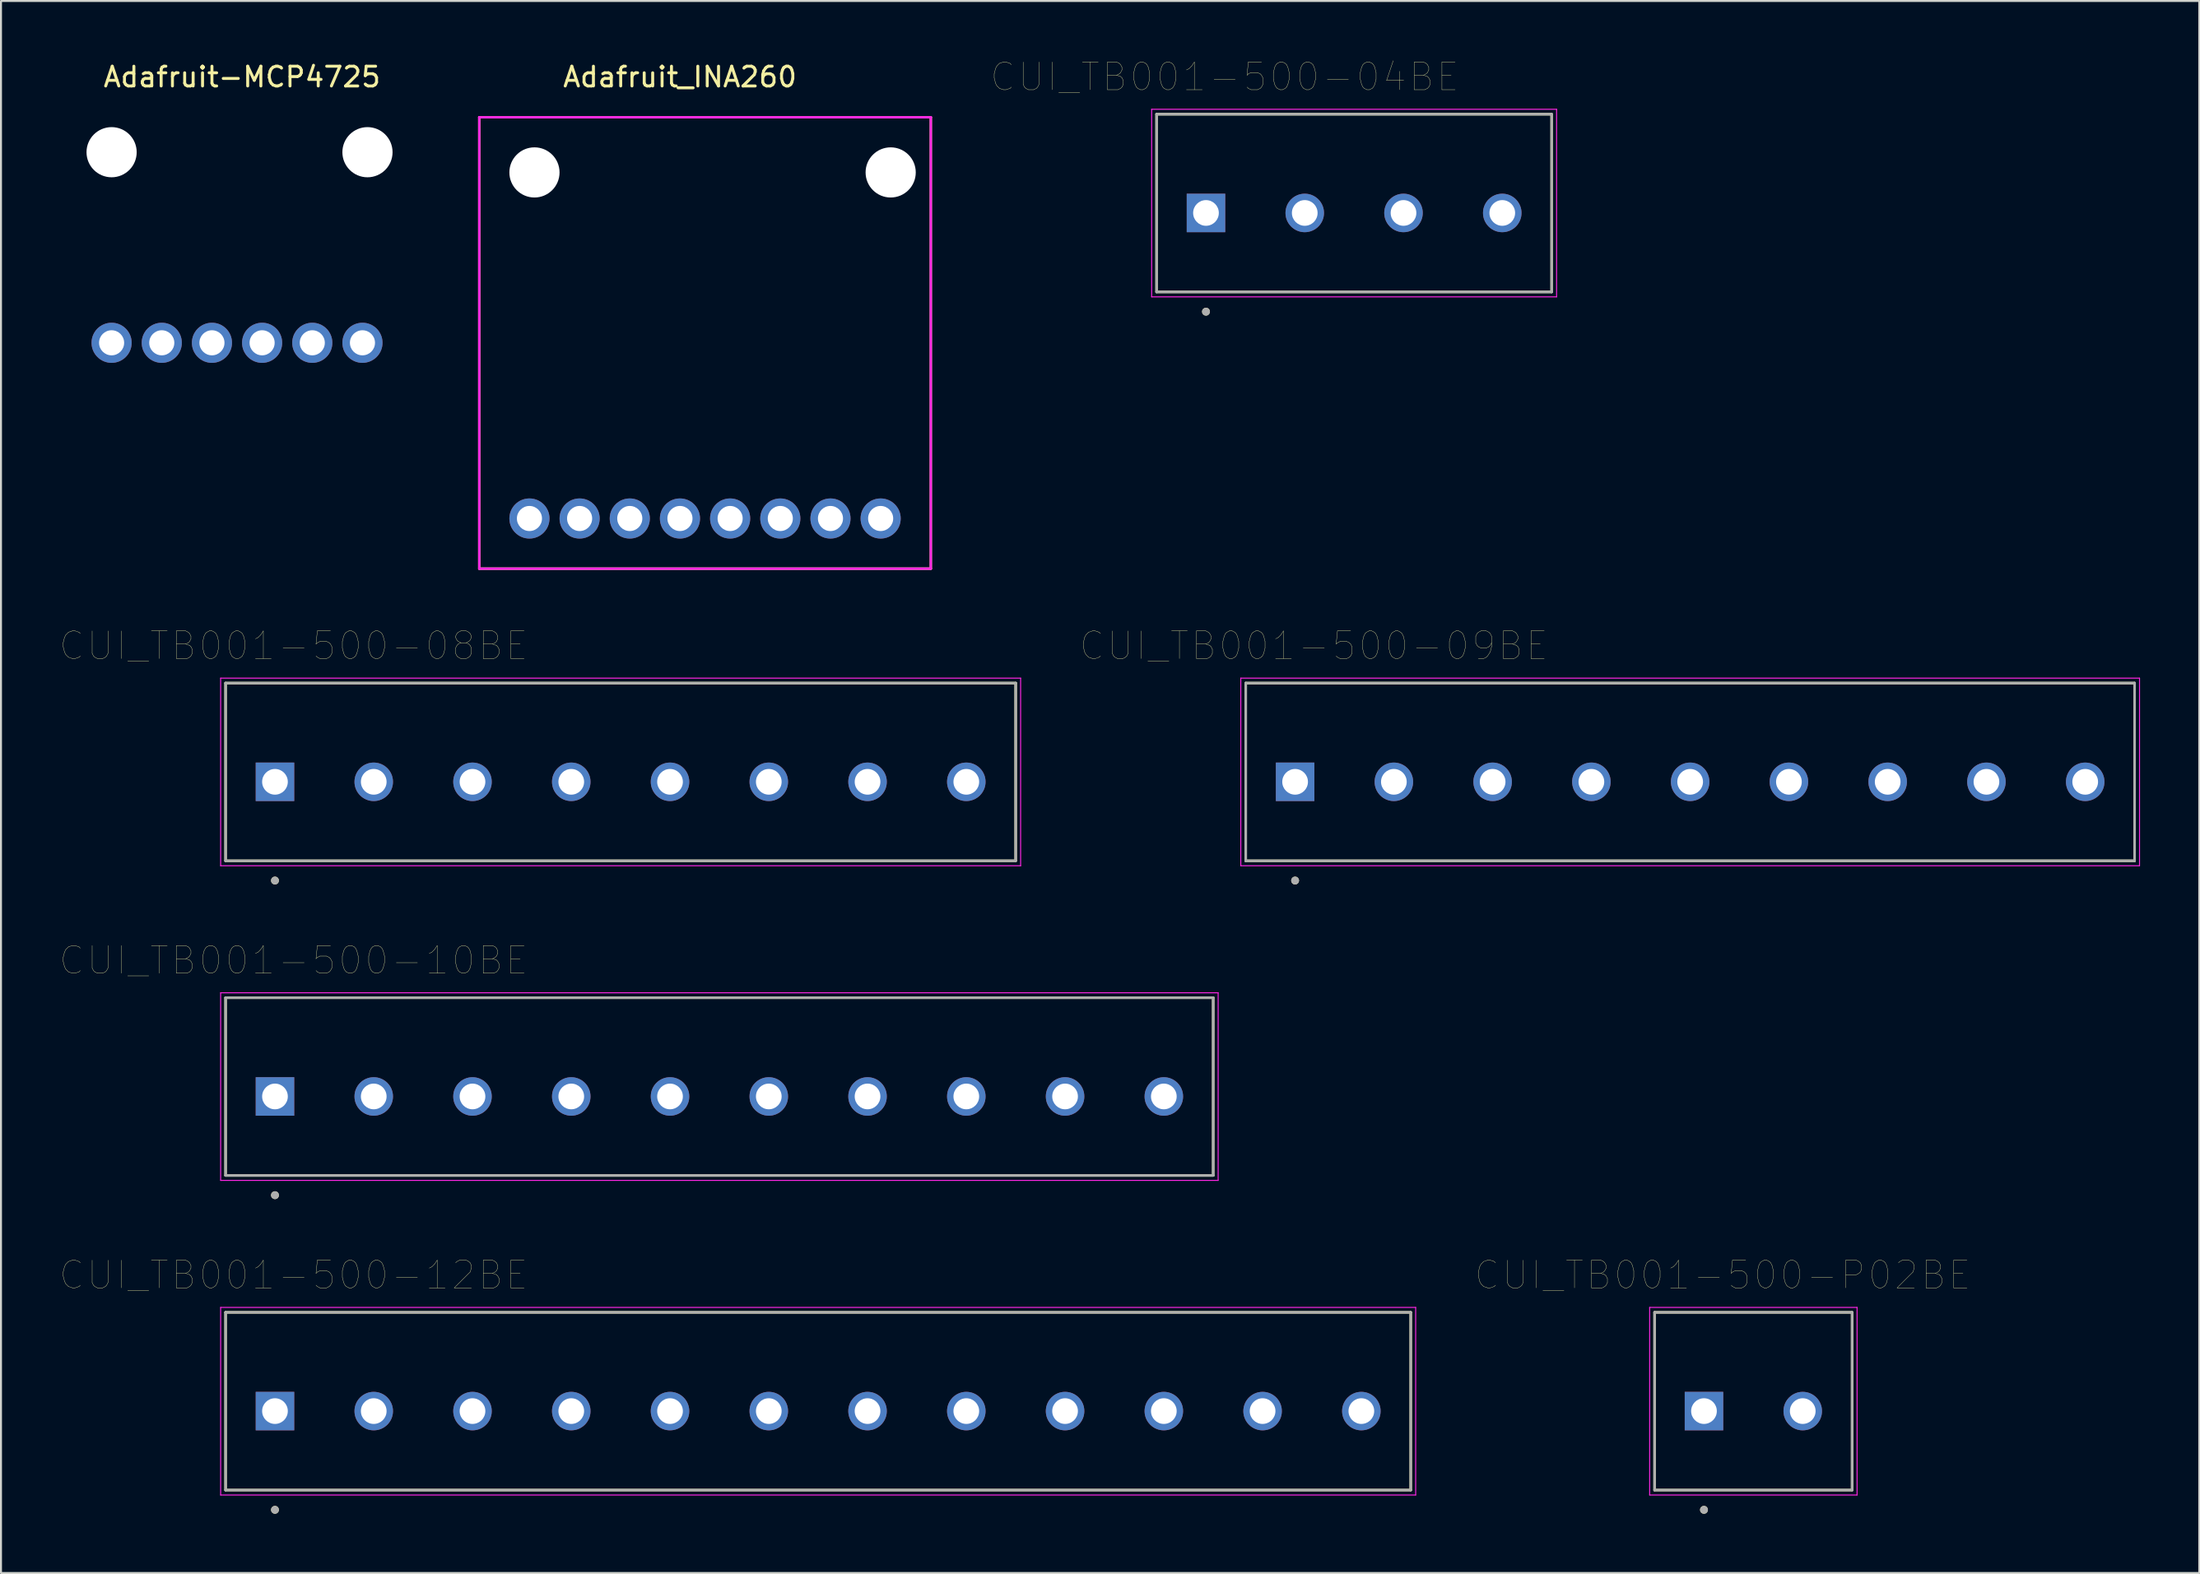
<source format=kicad_pcb>
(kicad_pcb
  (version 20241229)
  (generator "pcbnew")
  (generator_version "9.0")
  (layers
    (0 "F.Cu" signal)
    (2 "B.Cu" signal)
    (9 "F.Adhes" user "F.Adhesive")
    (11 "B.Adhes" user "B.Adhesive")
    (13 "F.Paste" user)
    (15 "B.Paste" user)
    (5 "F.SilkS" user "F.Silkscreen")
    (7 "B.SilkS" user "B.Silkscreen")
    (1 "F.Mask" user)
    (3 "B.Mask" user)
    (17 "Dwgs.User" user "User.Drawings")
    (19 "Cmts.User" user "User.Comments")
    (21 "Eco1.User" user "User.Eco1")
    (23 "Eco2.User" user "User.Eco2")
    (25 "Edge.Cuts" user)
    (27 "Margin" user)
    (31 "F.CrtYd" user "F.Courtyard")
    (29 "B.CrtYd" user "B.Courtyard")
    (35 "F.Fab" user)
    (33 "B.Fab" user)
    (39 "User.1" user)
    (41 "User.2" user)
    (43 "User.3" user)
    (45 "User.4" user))
  (footprint "CUI_TB001-500-P02BE"
    (layer "F.Cu")
    (at 83.217 68.411)
    (property "Reference" "CUI_TB001-500-P02BE" (at 0.945 -6.889 0) (layer "F.SilkS") (effects (font (size 1.4 1.4) (thickness 0.015))))
    (attr through_hole)
    (fp_line (start -2.5 -5) (end 7.5 -5) (stroke (width 0.127) (type solid)) (layer "F.SilkS"))
    (fp_line (start -2.5 4) (end -2.5 -5) (stroke (width 0.127) (type solid)) (layer "F.SilkS"))
    (fp_line (start 7.5 -5) (end 7.5 4) (stroke (width 0.127) (type solid)) (layer "F.SilkS"))
    (fp_line (start 7.5 4) (end -2.5 4) (stroke (width 0.127) (type solid)) (layer "F.SilkS"))
    (fp_circle (center 0 5) (end 0.1 5) (stroke (width 0.2) (type solid)) (fill no) (layer "F.SilkS"))
    (fp_line (start -2.75 -5.25) (end 7.75 -5.25) (stroke (width 0.05) (type solid)) (layer "F.CrtYd"))
    (fp_line (start -2.75 4.25) (end -2.75 -5.25) (stroke (width 0.05) (type solid)) (layer "F.CrtYd"))
    (fp_line (start 7.75 -5.25) (end 7.75 4.25) (stroke (width 0.05) (type solid)) (layer "F.CrtYd"))
    (fp_line (start 7.75 4.25) (end -2.75 4.25) (stroke (width 0.05) (type solid)) (layer "F.CrtYd"))
    (fp_line (start -2.5 -5) (end 7.5 -5) (stroke (width 0.127) (type solid)) (layer "F.Fab"))
    (fp_line (start -2.5 4) (end -2.5 -5) (stroke (width 0.127) (type solid)) (layer "F.Fab"))
    (fp_line (start 7.5 -5) (end 7.5 4) (stroke (width 0.127) (type solid)) (layer "F.Fab"))
    (fp_line (start 7.5 4) (end -2.5 4) (stroke (width 0.127) (type solid)) (layer "F.Fab"))
    (fp_circle (center 0 5) (end 0.1 5) (stroke (width 0.2) (type solid)) (fill no) (layer "F.Fab"))
    (pad "1" thru_hole rect (at 0 0) (size 1.95 1.95) (drill 1.3) (layers "*.Cu" "*.Mask"))
    (pad "2" thru_hole circle (at 5 0) (size 1.95 1.95) (drill 1.3) (layers "*.Cu" "*.Mask")))
  (footprint "CUI_TB001-500-12BE"
    (layer "F.Cu")
    (at 10.871 68.411)
    (property "Reference" "CUI_TB001-500-12BE" (at 0.945 -6.889 0) (layer "F.SilkS") (effects (font (size 1.4 1.4) (thickness 0.015))))
    (attr through_hole)
    (fp_line (start -2.5 -5) (end 57.5 -5) (stroke (width 0.127) (type solid)) (layer "F.SilkS"))
    (fp_line (start -2.5 4) (end -2.5 -5) (stroke (width 0.127) (type solid)) (layer "F.SilkS"))
    (fp_line (start 57.5 -5) (end 57.5 4) (stroke (width 0.127) (type solid)) (layer "F.SilkS"))
    (fp_line (start 57.5 4) (end -2.5 4) (stroke (width 0.127) (type solid)) (layer "F.SilkS"))
    (fp_circle (center 0 5) (end 0.1 5) (stroke (width 0.2) (type solid)) (fill no) (layer "F.SilkS"))
    (fp_line (start -2.75 -5.25) (end 57.75 -5.25) (stroke (width 0.05) (type solid)) (layer "F.CrtYd"))
    (fp_line (start -2.75 4.25) (end -2.75 -5.25) (stroke (width 0.05) (type solid)) (layer "F.CrtYd"))
    (fp_line (start 57.75 -5.25) (end 57.75 4.25) (stroke (width 0.05) (type solid)) (layer "F.CrtYd"))
    (fp_line (start 57.75 4.25) (end -2.75 4.25) (stroke (width 0.05) (type solid)) (layer "F.CrtYd"))
    (fp_line (start -2.5 -5) (end 57.5 -5) (stroke (width 0.127) (type solid)) (layer "F.Fab"))
    (fp_line (start -2.5 4) (end -2.5 -5) (stroke (width 0.127) (type solid)) (layer "F.Fab"))
    (fp_line (start 57.5 -5) (end 57.5 4) (stroke (width 0.127) (type solid)) (layer "F.Fab"))
    (fp_line (start 57.5 4) (end -2.5 4) (stroke (width 0.127) (type solid)) (layer "F.Fab"))
    (fp_circle (center 0 5) (end 0.1 5) (stroke (width 0.2) (type solid)) (fill no) (layer "F.Fab"))
    (pad "1" thru_hole rect (at 0 0) (size 1.95 1.95) (drill 1.3) (layers "*.Cu" "*.Mask"))
    (pad "2" thru_hole circle (at 5 0) (size 1.95 1.95) (drill 1.3) (layers "*.Cu" "*.Mask"))
    (pad "3" thru_hole circle (at 10 0) (size 1.95 1.95) (drill 1.3) (layers "*.Cu" "*.Mask"))
    (pad "4" thru_hole circle (at 15 0) (size 1.95 1.95) (drill 1.3) (layers "*.Cu" "*.Mask"))
    (pad "5" thru_hole circle (at 20 0) (size 1.95 1.95) (drill 1.3) (layers "*.Cu" "*.Mask"))
    (pad "6" thru_hole circle (at 25 0) (size 1.95 1.95) (drill 1.3) (layers "*.Cu" "*.Mask"))
    (pad "7" thru_hole circle (at 30 0) (size 1.95 1.95) (drill 1.3) (layers "*.Cu" "*.Mask"))
    (pad "8" thru_hole circle (at 35 0) (size 1.95 1.95) (drill 1.3) (layers "*.Cu" "*.Mask"))
    (pad "9" thru_hole circle (at 40 0) (size 1.95 1.95) (drill 1.3) (layers "*.Cu" "*.Mask"))
    (pad "10" thru_hole circle (at 45 0) (size 1.95 1.95) (drill 1.3) (layers "*.Cu" "*.Mask"))
    (pad "11" thru_hole circle (at 50 0) (size 1.95 1.95) (drill 1.3) (layers "*.Cu" "*.Mask"))
    (pad "12" thru_hole circle (at 55 0) (size 1.95 1.95) (drill 1.3) (layers "*.Cu" "*.Mask")))
  (footprint "CUI_TB001-500-08BE"
    (layer "F.Cu")
    (at 10.871 36.543)
    (property "Reference" "CUI_TB001-500-08BE" (at 0.945 -6.889 0) (layer "F.SilkS") (effects (font (size 1.4 1.4) (thickness 0.015))))
    (attr through_hole)
    (fp_line (start -2.5 -5) (end 37.5 -5) (stroke (width 0.127) (type solid)) (layer "F.SilkS"))
    (fp_line (start -2.5 4) (end -2.5 -5) (stroke (width 0.127) (type solid)) (layer "F.SilkS"))
    (fp_line (start 37.5 -5) (end 37.5 4) (stroke (width 0.127) (type solid)) (layer "F.SilkS"))
    (fp_line (start 37.5 4) (end -2.5 4) (stroke (width 0.127) (type solid)) (layer "F.SilkS"))
    (fp_circle (center 0 5) (end 0.1 5) (stroke (width 0.2) (type solid)) (fill no) (layer "F.SilkS"))
    (fp_line (start -2.75 -5.25) (end 37.75 -5.25) (stroke (width 0.05) (type solid)) (layer "F.CrtYd"))
    (fp_line (start -2.75 4.25) (end -2.75 -5.25) (stroke (width 0.05) (type solid)) (layer "F.CrtYd"))
    (fp_line (start 37.75 -5.25) (end 37.75 4.25) (stroke (width 0.05) (type solid)) (layer "F.CrtYd"))
    (fp_line (start 37.75 4.25) (end -2.75 4.25) (stroke (width 0.05) (type solid)) (layer "F.CrtYd"))
    (fp_line (start -2.5 -5) (end 37.5 -5) (stroke (width 0.127) (type solid)) (layer "F.Fab"))
    (fp_line (start -2.5 4) (end -2.5 -5) (stroke (width 0.127) (type solid)) (layer "F.Fab"))
    (fp_line (start 37.5 -5) (end 37.5 4) (stroke (width 0.127) (type solid)) (layer "F.Fab"))
    (fp_line (start 37.5 4) (end -2.5 4) (stroke (width 0.127) (type solid)) (layer "F.Fab"))
    (fp_circle (center 0 5) (end 0.1 5) (stroke (width 0.2) (type solid)) (fill no) (layer "F.Fab"))
    (pad "1" thru_hole rect (at 0 0) (size 1.95 1.95) (drill 1.3) (layers "*.Cu" "*.Mask"))
    (pad "2" thru_hole circle (at 5 0) (size 1.95 1.95) (drill 1.3) (layers "*.Cu" "*.Mask"))
    (pad "3" thru_hole circle (at 10 0) (size 1.95 1.95) (drill 1.3) (layers "*.Cu" "*.Mask"))
    (pad "4" thru_hole circle (at 15 0) (size 1.95 1.95) (drill 1.3) (layers "*.Cu" "*.Mask"))
    (pad "5" thru_hole circle (at 20 0) (size 1.95 1.95) (drill 1.3) (layers "*.Cu" "*.Mask"))
    (pad "6" thru_hole circle (at 25 0) (size 1.95 1.95) (drill 1.3) (layers "*.Cu" "*.Mask"))
    (pad "7" thru_hole circle (at 30 0) (size 1.95 1.95) (drill 1.3) (layers "*.Cu" "*.Mask"))
    (pad "8" thru_hole circle (at 35 0) (size 1.95 1.95) (drill 1.3) (layers "*.Cu" "*.Mask")))
  (footprint "CUI_TB001-500-04BE"
    (layer "F.Cu")
    (at 58.005 7.734)
    (property "Reference" "CUI_TB001-500-04BE" (at 0.945 -6.889 0) (layer "F.SilkS") (effects (font (size 1.4 1.4) (thickness 0.015))))
    (attr through_hole)
    (fp_line (start -2.5 -5) (end 17.5 -5) (stroke (width 0.127) (type solid)) (layer "F.SilkS"))
    (fp_line (start -2.5 4) (end -2.5 -5) (stroke (width 0.127) (type solid)) (layer "F.SilkS"))
    (fp_line (start 17.5 -5) (end 17.5 4) (stroke (width 0.127) (type solid)) (layer "F.SilkS"))
    (fp_line (start 17.5 4) (end -2.5 4) (stroke (width 0.127) (type solid)) (layer "F.SilkS"))
    (fp_circle (center 0 5) (end 0.1 5) (stroke (width 0.2) (type solid)) (fill no) (layer "F.SilkS"))
    (fp_line (start -2.75 -5.25) (end 17.75 -5.25) (stroke (width 0.05) (type solid)) (layer "F.CrtYd"))
    (fp_line (start -2.75 4.25) (end -2.75 -5.25) (stroke (width 0.05) (type solid)) (layer "F.CrtYd"))
    (fp_line (start 17.75 -5.25) (end 17.75 4.25) (stroke (width 0.05) (type solid)) (layer "F.CrtYd"))
    (fp_line (start 17.75 4.25) (end -2.75 4.25) (stroke (width 0.05) (type solid)) (layer "F.CrtYd"))
    (fp_line (start -2.5 -5) (end 17.5 -5) (stroke (width 0.127) (type solid)) (layer "F.Fab"))
    (fp_line (start -2.5 4) (end -2.5 -5) (stroke (width 0.127) (type solid)) (layer "F.Fab"))
    (fp_line (start 17.5 -5) (end 17.5 4) (stroke (width 0.127) (type solid)) (layer "F.Fab"))
    (fp_line (start 17.5 4) (end -2.5 4) (stroke (width 0.127) (type solid)) (layer "F.Fab"))
    (fp_circle (center 0 5) (end 0.1 5) (stroke (width 0.2) (type solid)) (fill no) (layer "F.Fab"))
    (pad "1" thru_hole rect (at 0 0) (size 1.95 1.95) (drill 1.3) (layers "*.Cu" "*.Mask"))
    (pad "2" thru_hole circle (at 5 0) (size 1.95 1.95) (drill 1.3) (layers "*.Cu" "*.Mask"))
    (pad "3" thru_hole circle (at 10 0) (size 1.95 1.95) (drill 1.3) (layers "*.Cu" "*.Mask"))
    (pad "4" thru_hole circle (at 15 0) (size 1.95 1.95) (drill 1.3) (layers "*.Cu" "*.Mask")))
  (footprint "CUI_TB001-500-09BE"
    (layer "F.Cu")
    (at 62.517 36.543)
    (property "Reference" "CUI_TB001-500-09BE" (at 0.945 -6.889 0) (layer "F.SilkS") (effects (font (size 1.4 1.4) (thickness 0.015))))
    (attr through_hole)
    (fp_line (start -2.5 -5) (end 42.5 -5) (stroke (width 0.127) (type solid)) (layer "F.SilkS"))
    (fp_line (start -2.5 4) (end -2.5 -5) (stroke (width 0.127) (type solid)) (layer "F.SilkS"))
    (fp_line (start 42.5 -5) (end 42.5 4) (stroke (width 0.127) (type solid)) (layer "F.SilkS"))
    (fp_line (start 42.5 4) (end -2.5 4) (stroke (width 0.127) (type solid)) (layer "F.SilkS"))
    (fp_circle (center 0 5) (end 0.1 5) (stroke (width 0.2) (type solid)) (fill no) (layer "F.SilkS"))
    (fp_line (start -2.75 -5.25) (end 42.75 -5.25) (stroke (width 0.05) (type solid)) (layer "F.CrtYd"))
    (fp_line (start -2.75 4.25) (end -2.75 -5.25) (stroke (width 0.05) (type solid)) (layer "F.CrtYd"))
    (fp_line (start 42.75 -5.25) (end 42.75 4.25) (stroke (width 0.05) (type solid)) (layer "F.CrtYd"))
    (fp_line (start 42.75 4.25) (end -2.75 4.25) (stroke (width 0.05) (type solid)) (layer "F.CrtYd"))
    (fp_line (start -2.5 -5) (end 42.5 -5) (stroke (width 0.127) (type solid)) (layer "F.Fab"))
    (fp_line (start -2.5 4) (end -2.5 -5) (stroke (width 0.127) (type solid)) (layer "F.Fab"))
    (fp_line (start 42.5 -5) (end 42.5 4) (stroke (width 0.127) (type solid)) (layer "F.Fab"))
    (fp_line (start 42.5 4) (end -2.5 4) (stroke (width 0.127) (type solid)) (layer "F.Fab"))
    (fp_circle (center 0 5) (end 0.1 5) (stroke (width 0.2) (type solid)) (fill no) (layer "F.Fab"))
    (pad "1" thru_hole rect (at 0 0) (size 1.95 1.95) (drill 1.3) (layers "*.Cu" "*.Mask"))
    (pad "2" thru_hole circle (at 5 0) (size 1.95 1.95) (drill 1.3) (layers "*.Cu" "*.Mask"))
    (pad "3" thru_hole circle (at 10 0) (size 1.95 1.95) (drill 1.3) (layers "*.Cu" "*.Mask"))
    (pad "4" thru_hole circle (at 15 0) (size 1.95 1.95) (drill 1.3) (layers "*.Cu" "*.Mask"))
    (pad "5" thru_hole circle (at 20 0) (size 1.95 1.95) (drill 1.3) (layers "*.Cu" "*.Mask"))
    (pad "6" thru_hole circle (at 25 0) (size 1.95 1.95) (drill 1.3) (layers "*.Cu" "*.Mask"))
    (pad "7" thru_hole circle (at 30 0) (size 1.95 1.95) (drill 1.3) (layers "*.Cu" "*.Mask"))
    (pad "8" thru_hole circle (at 35 0) (size 1.95 1.95) (drill 1.3) (layers "*.Cu" "*.Mask"))
    (pad "9" thru_hole circle (at 40 0) (size 1.95 1.95) (drill 1.3) (layers "*.Cu" "*.Mask")))
  (footprint "Adafruit-MCP4725"
    (layer "F.Cu")
    (at 13.268 3.642)
    (property "Reference" "Adafruit-MCP4725" (at -4.064 -2.794 0) (layer "F.SilkS") (effects (font (size 1 1) (thickness 0.15))))
    (attr through_hole)
    (fp_line (start -13.208 -1.27) (end -13.208 12.7) (stroke (width 0.12) (type solid)) (layer "B.Paste"))
    (fp_line (start -13.208 12.7) (end 4.826 12.7) (stroke (width 0.12) (type solid)) (layer "B.Paste"))
    (fp_line (start 4.826 -1.27) (end -13.208 -1.27) (stroke (width 0.12) (type solid)) (layer "B.Paste"))
    (fp_line (start 4.826 12.7) (end 4.826 -1.27) (stroke (width 0.12) (type solid)) (layer "B.Paste"))
    (pad "" np_thru_hole circle (at -10.668 1.016) (size 2.54 2.54) (drill 2.54) (layers "*.Cu" "*.Mask"))
    (pad "" np_thru_hole circle (at 2.286 1.016) (size 2.54 2.54) (drill 2.54) (layers "*.Cu" "*.Mask"))
    (pad "A0" thru_hole circle (at -0.508 10.668) (size 2.032 2.032) (drill 1.27) (layers "*.Cu" "*.Mask"))
    (pad "GND" thru_hole circle (at -8.128 10.668) (size 2.032 2.032) (drill 1.27) (layers "*.Cu" "*.Mask"))
    (pad "SCL" thru_hole circle (at -5.588 10.668) (size 2.032 2.032) (drill 1.27) (layers "*.Cu" "*.Mask"))
    (pad "SDA" thru_hole circle (at -3.048 10.668) (size 2.032 2.032) (drill 1.27) (layers "*.Cu" "*.Mask"))
    (pad "VDD" thru_hole circle (at -10.668 10.668) (size 2.032 2.032) (drill 1.27) (layers "*.Cu" "*.Mask"))
    (pad "VOUT" thru_hole circle (at 2.032 10.668) (size 2.032 2.032) (drill 1.27) (layers "*.Cu" "*.Mask")))
  (footprint "Adafruit_INA260"
    (layer "F.Cu")
    (at 31.374 0.348)
    (property "Reference" "Adafruit_INA260" (at 0 0.5 0) (layer "F.SilkS") (effects (font (size 1 1) (thickness 0.15))))
    (attr through_hole)
    (fp_line (start -10.16 2.54) (end -10.16 25.4) (stroke (width 0.12) (type solid)) (layer "F.SilkS"))
    (fp_line (start -10.16 25.4) (end 12.7 25.4) (stroke (width 0.12) (type solid)) (layer "F.SilkS"))
    (fp_line (start 12.7 2.54) (end -10.16 2.54) (stroke (width 0.12) (type solid)) (layer "F.SilkS"))
    (fp_line (start 12.7 25.4) (end 12.7 2.54) (stroke (width 0.12) (type solid)) (layer "F.SilkS"))
    (fp_line (start -10.16 2.54) (end -10.16 25.4) (stroke (width 0.12) (type solid)) (layer "F.CrtYd"))
    (fp_line (start -10.16 25.4) (end 12.7 25.4) (stroke (width 0.12) (type solid)) (layer "F.CrtYd"))
    (fp_line (start 12.7 2.54) (end -10.16 2.54) (stroke (width 0.12) (type solid)) (layer "F.CrtYd"))
    (fp_line (start 12.7 25.4) (end 12.7 2.54) (stroke (width 0.12) (type solid)) (layer "F.CrtYd"))
    (pad "" np_thru_hole circle (at -7.366 5.334) (size 2.54 2.54) (drill 2.54) (layers "*.Cu" "*.Mask"))
    (pad "" np_thru_hole circle (at 10.668 5.334) (size 2.54 2.54) (drill 2.54) (layers "*.Cu" "*.Mask"))
    (pad "ALERT" thru_hole circle (at 2.54 22.86) (size 2.032 2.032) (drill 1.27) (layers "*.Cu" "*.Mask"))
    (pad "GND" thru_hole circle (at -5.08 22.86) (size 2.032 2.032) (drill 1.27) (layers "*.Cu" "*.Mask"))
    (pad "IN+" thru_hole circle (at 7.62 22.86) (size 2.032 2.032) (drill 1.27) (layers "*.Cu" "*.Mask"))
    (pad "IN-" thru_hole circle (at 10.16 22.86) (size 2.032 2.032) (drill 1.27) (layers "*.Cu" "*.Mask"))
    (pad "SCL" thru_hole circle (at -2.54 22.86) (size 2.032 2.032) (drill 1.27) (layers "*.Cu" "*.Mask"))
    (pad "SDA" thru_hole circle (at 0 22.86) (size 2.032 2.032) (drill 1.27) (layers "*.Cu" "*.Mask"))
    (pad "VBUS" thru_hole circle (at 5.08 22.86) (size 2.032 2.032) (drill 1.27) (layers "*.Cu" "*.Mask"))
    (pad "VCC" thru_hole circle (at -7.62 22.86) (size 2.032 2.032) (drill 1.27) (layers "*.Cu" "*.Mask")))
  (footprint "CUI_TB001-500-10BE"
    (layer "F.Cu")
    (at 10.871 52.477)
    (property "Reference" "CUI_TB001-500-10BE" (at 0.945 -6.889 0) (layer "F.SilkS") (effects (font (size 1.4 1.4) (thickness 0.015))))
    (attr through_hole)
    (fp_line (start -2.5 -5) (end 47.5 -5) (stroke (width 0.127) (type solid)) (layer "F.SilkS"))
    (fp_line (start -2.5 4) (end -2.5 -5) (stroke (width 0.127) (type solid)) (layer "F.SilkS"))
    (fp_line (start 47.5 -5) (end 47.5 4) (stroke (width 0.127) (type solid)) (layer "F.SilkS"))
    (fp_line (start 47.5 4) (end -2.5 4) (stroke (width 0.127) (type solid)) (layer "F.SilkS"))
    (fp_circle (center 0 5) (end 0.1 5) (stroke (width 0.2) (type solid)) (fill no) (layer "F.SilkS"))
    (fp_line (start -2.75 -5.25) (end 47.75 -5.25) (stroke (width 0.05) (type solid)) (layer "F.CrtYd"))
    (fp_line (start -2.75 4.25) (end -2.75 -5.25) (stroke (width 0.05) (type solid)) (layer "F.CrtYd"))
    (fp_line (start 47.75 -5.25) (end 47.75 4.25) (stroke (width 0.05) (type solid)) (layer "F.CrtYd"))
    (fp_line (start 47.75 4.25) (end -2.75 4.25) (stroke (width 0.05) (type solid)) (layer "F.CrtYd"))
    (fp_line (start -2.5 -5) (end 47.5 -5) (stroke (width 0.127) (type solid)) (layer "F.Fab"))
    (fp_line (start -2.5 4) (end -2.5 -5) (stroke (width 0.127) (type solid)) (layer "F.Fab"))
    (fp_line (start 47.5 -5) (end 47.5 4) (stroke (width 0.127) (type solid)) (layer "F.Fab"))
    (fp_line (start 47.5 4) (end -2.5 4) (stroke (width 0.127) (type solid)) (layer "F.Fab"))
    (fp_circle (center 0 5) (end 0.1 5) (stroke (width 0.2) (type solid)) (fill no) (layer "F.Fab"))
    (pad "1" thru_hole rect (at 0 0) (size 1.95 1.95) (drill 1.3) (layers "*.Cu" "*.Mask"))
    (pad "2" thru_hole circle (at 5 0) (size 1.95 1.95) (drill 1.3) (layers "*.Cu" "*.Mask"))
    (pad "3" thru_hole circle (at 10 0) (size 1.95 1.95) (drill 1.3) (layers "*.Cu" "*.Mask"))
    (pad "4" thru_hole circle (at 15 0) (size 1.95 1.95) (drill 1.3) (layers "*.Cu" "*.Mask"))
    (pad "5" thru_hole circle (at 20 0) (size 1.95 1.95) (drill 1.3) (layers "*.Cu" "*.Mask"))
    (pad "6" thru_hole circle (at 25 0) (size 1.95 1.95) (drill 1.3) (layers "*.Cu" "*.Mask"))
    (pad "7" thru_hole circle (at 30 0) (size 1.95 1.95) (drill 1.3) (layers "*.Cu" "*.Mask"))
    (pad "8" thru_hole circle (at 35 0) (size 1.95 1.95) (drill 1.3) (layers "*.Cu" "*.Mask"))
    (pad "9" thru_hole circle (at 40 0) (size 1.95 1.95) (drill 1.3) (layers "*.Cu" "*.Mask"))
    (pad "10" thru_hole circle (at 45 0) (size 1.95 1.95) (drill 1.3) (layers "*.Cu" "*.Mask")))
  (gr_rect
    (start -3 -3)
    (end 108.292 76.611)
    (stroke (width 0.1) (type default))
    (fill no)
    (layer "Edge.Cuts")))
</source>
